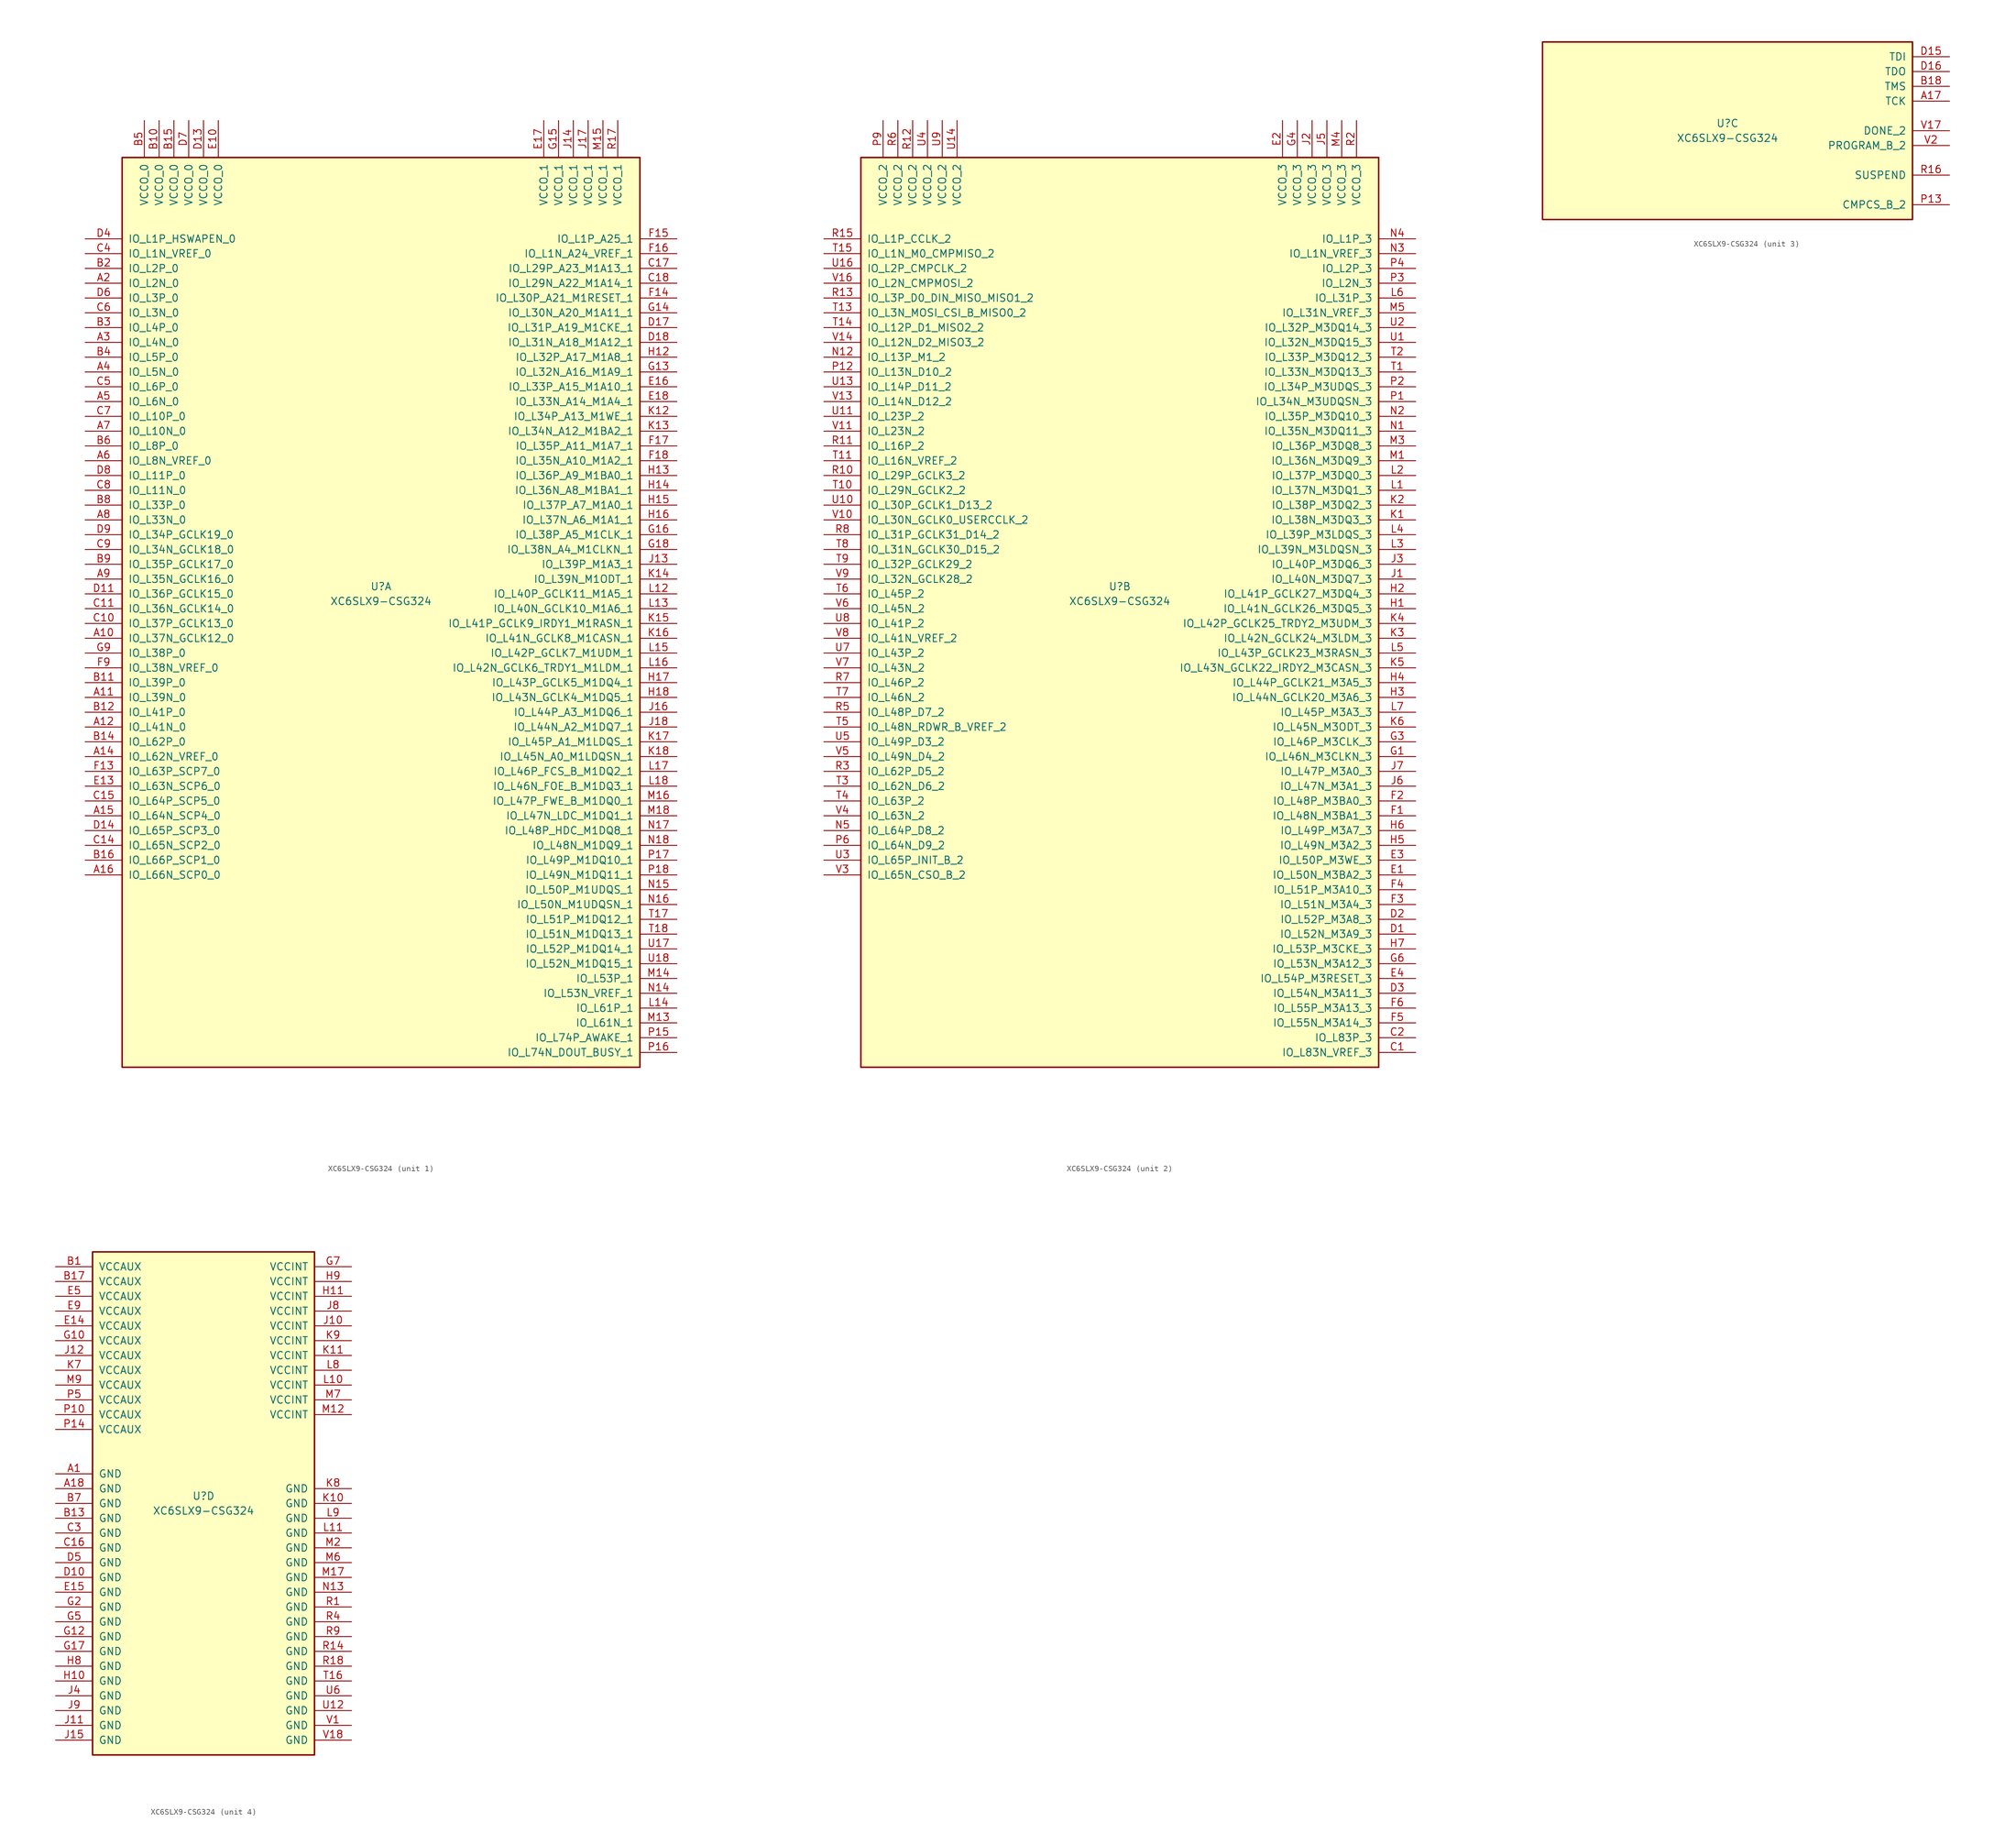
<source format=kicad_sym>
(kicad_symbol_lib
  (version 20211014)
  (generator kicad_symbol_editor)
  (symbol "XC6SLX9-CSG324"
    (pin_names
      (offset 1.016))
    (property "Reference" "U"
      (at 0 1.27 0)
      (effects (font (size 1.27 1.27))))
    (property "Value" "XC6SLX9-CSG324"
      (at 0 -1.27 0)
      (effects (font (size 1.27 1.27))))
    (property "Datasheet" ""
      (at 0 0 0)
      (effects (font (size 1.27 1.27))))
    (property "ki_locked" ""
      (at 0 0 0)
      (effects (font (size 1.27 1.27))))
    (symbol "XC6SLX9-CSG324_1_1"
      (rectangle (start -44.45 74.93) (end 44.45 -81.28) (stroke (width 0.254) (type default) (color 0 0 0 0)) (fill (type background)))
      (pin bidirectional line (at -50.8 -7.62 0) (length 6.35) (name "IO_L37N_GCLK12_0" (effects (font (size 1.27 1.27)))) (number "A10" (effects (font (size 1.27 1.27)))))
      (pin bidirectional line (at -50.8 -17.78 0) (length 6.35) (name "IO_L39N_0" (effects (font (size 1.27 1.27)))) (number "A11" (effects (font (size 1.27 1.27)))))
      (pin bidirectional line (at -50.8 -22.86 0) (length 6.35) (name "IO_L41N_0" (effects (font (size 1.27 1.27)))) (number "A12" (effects (font (size 1.27 1.27)))))
      (pin bidirectional line (at -50.8 -27.94 0) (length 6.35) (name "IO_L62N_VREF_0" (effects (font (size 1.27 1.27)))) (number "A14" (effects (font (size 1.27 1.27)))))
      (pin bidirectional line (at -50.8 -38.1 0) (length 6.35) (name "IO_L64N_SCP4_0" (effects (font (size 1.27 1.27)))) (number "A15" (effects (font (size 1.27 1.27)))))
      (pin bidirectional line (at -50.8 -48.26 0) (length 6.35) (name "IO_L66N_SCP0_0" (effects (font (size 1.27 1.27)))) (number "A16" (effects (font (size 1.27 1.27)))))
      (pin bidirectional line (at -50.8 53.34 0) (length 6.35) (name "IO_L2N_0" (effects (font (size 1.27 1.27)))) (number "A2" (effects (font (size 1.27 1.27)))))
      (pin bidirectional line (at -50.8 43.18 0) (length 6.35) (name "IO_L4N_0" (effects (font (size 1.27 1.27)))) (number "A3" (effects (font (size 1.27 1.27)))))
      (pin bidirectional line (at -50.8 38.1 0) (length 6.35) (name "IO_L5N_0" (effects (font (size 1.27 1.27)))) (number "A4" (effects (font (size 1.27 1.27)))))
      (pin bidirectional line (at -50.8 33.02 0) (length 6.35) (name "IO_L6N_0" (effects (font (size 1.27 1.27)))) (number "A5" (effects (font (size 1.27 1.27)))))
      (pin bidirectional line (at -50.8 22.86 0) (length 6.35) (name "IO_L8N_VREF_0" (effects (font (size 1.27 1.27)))) (number "A6" (effects (font (size 1.27 1.27)))))
      (pin bidirectional line (at -50.8 27.94 0) (length 6.35) (name "IO_L10N_0" (effects (font (size 1.27 1.27)))) (number "A7" (effects (font (size 1.27 1.27)))))
      (pin bidirectional line (at -50.8 12.7 0) (length 6.35) (name "IO_L33N_0" (effects (font (size 1.27 1.27)))) (number "A8" (effects (font (size 1.27 1.27)))))
      (pin bidirectional line (at -50.8 2.54 0) (length 6.35) (name "IO_L35N_GCLK16_0" (effects (font (size 1.27 1.27)))) (number "A9" (effects (font (size 1.27 1.27)))))
      (pin power_in line (at -38.1 81.28 270) (length 6.35) (name "VCCO_0" (effects (font (size 1.27 1.27)))) (number "B10" (effects (font (size 1.27 1.27)))))
      (pin bidirectional line (at -50.8 -15.24 0) (length 6.35) (name "IO_L39P_0" (effects (font (size 1.27 1.27)))) (number "B11" (effects (font (size 1.27 1.27)))))
      (pin bidirectional line (at -50.8 -20.32 0) (length 6.35) (name "IO_L41P_0" (effects (font (size 1.27 1.27)))) (number "B12" (effects (font (size 1.27 1.27)))))
      (pin bidirectional line (at -50.8 -25.4 0) (length 6.35) (name "IO_L62P_0" (effects (font (size 1.27 1.27)))) (number "B14" (effects (font (size 1.27 1.27)))))
      (pin power_in line (at -35.56 81.28 270) (length 6.35) (name "VCCO_0" (effects (font (size 1.27 1.27)))) (number "B15" (effects (font (size 1.27 1.27)))))
      (pin bidirectional line (at -50.8 -45.72 0) (length 6.35) (name "IO_L66P_SCP1_0" (effects (font (size 1.27 1.27)))) (number "B16" (effects (font (size 1.27 1.27)))))
      (pin bidirectional line (at -50.8 55.88 0) (length 6.35) (name "IO_L2P_0" (effects (font (size 1.27 1.27)))) (number "B2" (effects (font (size 1.27 1.27)))))
      (pin bidirectional line (at -50.8 45.72 0) (length 6.35) (name "IO_L4P_0" (effects (font (size 1.27 1.27)))) (number "B3" (effects (font (size 1.27 1.27)))))
      (pin bidirectional line (at -50.8 40.64 0) (length 6.35) (name "IO_L5P_0" (effects (font (size 1.27 1.27)))) (number "B4" (effects (font (size 1.27 1.27)))))
      (pin power_in line (at -40.64 81.28 270) (length 6.35) (name "VCCO_0" (effects (font (size 1.27 1.27)))) (number "B5" (effects (font (size 1.27 1.27)))))
      (pin bidirectional line (at -50.8 25.4 0) (length 6.35) (name "IO_L8P_0" (effects (font (size 1.27 1.27)))) (number "B6" (effects (font (size 1.27 1.27)))))
      (pin bidirectional line (at -50.8 15.24 0) (length 6.35) (name "IO_L33P_0" (effects (font (size 1.27 1.27)))) (number "B8" (effects (font (size 1.27 1.27)))))
      (pin bidirectional line (at -50.8 5.08 0) (length 6.35) (name "IO_L35P_GCLK17_0" (effects (font (size 1.27 1.27)))) (number "B9" (effects (font (size 1.27 1.27)))))
      (pin bidirectional line (at -50.8 -5.08 0) (length 6.35) (name "IO_L37P_GCLK13_0" (effects (font (size 1.27 1.27)))) (number "C10" (effects (font (size 1.27 1.27)))))
      (pin bidirectional line (at -50.8 -2.54 0) (length 6.35) (name "IO_L36N_GCLK14_0" (effects (font (size 1.27 1.27)))) (number "C11" (effects (font (size 1.27 1.27)))))
      (pin bidirectional line (at -50.8 -43.18 0) (length 6.35) (name "IO_L65N_SCP2_0" (effects (font (size 1.27 1.27)))) (number "C14" (effects (font (size 1.27 1.27)))))
      (pin bidirectional line (at -50.8 -35.56 0) (length 6.35) (name "IO_L64P_SCP5_0" (effects (font (size 1.27 1.27)))) (number "C15" (effects (font (size 1.27 1.27)))))
      (pin bidirectional line (at 50.8 55.88 180) (length 6.35) (name "IO_L29P_A23_M1A13_1" (effects (font (size 1.27 1.27)))) (number "C17" (effects (font (size 1.27 1.27)))))
      (pin bidirectional line (at 50.8 53.34 180) (length 6.35) (name "IO_L29N_A22_M1A14_1" (effects (font (size 1.27 1.27)))) (number "C18" (effects (font (size 1.27 1.27)))))
      (pin bidirectional line (at -50.8 58.42 0) (length 6.35) (name "IO_L1N_VREF_0" (effects (font (size 1.27 1.27)))) (number "C4" (effects (font (size 1.27 1.27)))))
      (pin bidirectional line (at -50.8 35.56 0) (length 6.35) (name "IO_L6P_0" (effects (font (size 1.27 1.27)))) (number "C5" (effects (font (size 1.27 1.27)))))
      (pin bidirectional line (at -50.8 48.26 0) (length 6.35) (name "IO_L3N_0" (effects (font (size 1.27 1.27)))) (number "C6" (effects (font (size 1.27 1.27)))))
      (pin bidirectional line (at -50.8 30.48 0) (length 6.35) (name "IO_L10P_0" (effects (font (size 1.27 1.27)))) (number "C7" (effects (font (size 1.27 1.27)))))
      (pin bidirectional line (at -50.8 17.78 0) (length 6.35) (name "IO_L11N_0" (effects (font (size 1.27 1.27)))) (number "C8" (effects (font (size 1.27 1.27)))))
      (pin bidirectional line (at -50.8 7.62 0) (length 6.35) (name "IO_L34N_GCLK18_0" (effects (font (size 1.27 1.27)))) (number "C9" (effects (font (size 1.27 1.27)))))
      (pin bidirectional line (at -50.8 0 0) (length 6.35) (name "IO_L36P_GCLK15_0" (effects (font (size 1.27 1.27)))) (number "D11" (effects (font (size 1.27 1.27)))))
      (pin power_in line (at -30.48 81.28 270) (length 6.35) (name "VCCO_0" (effects (font (size 1.27 1.27)))) (number "D13" (effects (font (size 1.27 1.27)))))
      (pin bidirectional line (at -50.8 -40.64 0) (length 6.35) (name "IO_L65P_SCP3_0" (effects (font (size 1.27 1.27)))) (number "D14" (effects (font (size 1.27 1.27)))))
      (pin bidirectional line (at 50.8 45.72 180) (length 6.35) (name "IO_L31P_A19_M1CKE_1" (effects (font (size 1.27 1.27)))) (number "D17" (effects (font (size 1.27 1.27)))))
      (pin bidirectional line (at 50.8 43.18 180) (length 6.35) (name "IO_L31N_A18_M1A12_1" (effects (font (size 1.27 1.27)))) (number "D18" (effects (font (size 1.27 1.27)))))
      (pin bidirectional line (at -50.8 60.96 0) (length 6.35) (name "IO_L1P_HSWAPEN_0" (effects (font (size 1.27 1.27)))) (number "D4" (effects (font (size 1.27 1.27)))))
      (pin bidirectional line (at -50.8 50.8 0) (length 6.35) (name "IO_L3P_0" (effects (font (size 1.27 1.27)))) (number "D6" (effects (font (size 1.27 1.27)))))
      (pin power_in line (at -33.02 81.28 270) (length 6.35) (name "VCCO_0" (effects (font (size 1.27 1.27)))) (number "D7" (effects (font (size 1.27 1.27)))))
      (pin bidirectional line (at -50.8 20.32 0) (length 6.35) (name "IO_L11P_0" (effects (font (size 1.27 1.27)))) (number "D8" (effects (font (size 1.27 1.27)))))
      (pin bidirectional line (at -50.8 10.16 0) (length 6.35) (name "IO_L34P_GCLK19_0" (effects (font (size 1.27 1.27)))) (number "D9" (effects (font (size 1.27 1.27)))))
      (pin power_in line (at -27.94 81.28 270) (length 6.35) (name "VCCO_0" (effects (font (size 1.27 1.27)))) (number "E10" (effects (font (size 1.27 1.27)))))
      (pin bidirectional line (at -50.8 -33.02 0) (length 6.35) (name "IO_L63N_SCP6_0" (effects (font (size 1.27 1.27)))) (number "E13" (effects (font (size 1.27 1.27)))))
      (pin bidirectional line (at 50.8 35.56 180) (length 6.35) (name "IO_L33P_A15_M1A10_1" (effects (font (size 1.27 1.27)))) (number "E16" (effects (font (size 1.27 1.27)))))
      (pin power_in line (at 27.94 81.28 270) (length 6.35) (name "VCCO_1" (effects (font (size 1.27 1.27)))) (number "E17" (effects (font (size 1.27 1.27)))))
      (pin bidirectional line (at 50.8 33.02 180) (length 6.35) (name "IO_L33N_A14_M1A4_1" (effects (font (size 1.27 1.27)))) (number "E18" (effects (font (size 1.27 1.27)))))
      (pin bidirectional line (at -50.8 -30.48 0) (length 6.35) (name "IO_L63P_SCP7_0" (effects (font (size 1.27 1.27)))) (number "F13" (effects (font (size 1.27 1.27)))))
      (pin bidirectional line (at 50.8 50.8 180) (length 6.35) (name "IO_L30P_A21_M1RESET_1" (effects (font (size 1.27 1.27)))) (number "F14" (effects (font (size 1.27 1.27)))))
      (pin bidirectional line (at 50.8 60.96 180) (length 6.35) (name "IO_L1P_A25_1" (effects (font (size 1.27 1.27)))) (number "F15" (effects (font (size 1.27 1.27)))))
      (pin bidirectional line (at 50.8 58.42 180) (length 6.35) (name "IO_L1N_A24_VREF_1" (effects (font (size 1.27 1.27)))) (number "F16" (effects (font (size 1.27 1.27)))))
      (pin bidirectional line (at 50.8 25.4 180) (length 6.35) (name "IO_L35P_A11_M1A7_1" (effects (font (size 1.27 1.27)))) (number "F17" (effects (font (size 1.27 1.27)))))
      (pin bidirectional line (at 50.8 22.86 180) (length 6.35) (name "IO_L35N_A10_M1A2_1" (effects (font (size 1.27 1.27)))) (number "F18" (effects (font (size 1.27 1.27)))))
      (pin bidirectional line (at -50.8 -12.7 0) (length 6.35) (name "IO_L38N_VREF_0" (effects (font (size 1.27 1.27)))) (number "F9" (effects (font (size 1.27 1.27)))))
      (pin bidirectional line (at 50.8 38.1 180) (length 6.35) (name "IO_L32N_A16_M1A9_1" (effects (font (size 1.27 1.27)))) (number "G13" (effects (font (size 1.27 1.27)))))
      (pin bidirectional line (at 50.8 48.26 180) (length 6.35) (name "IO_L30N_A20_M1A11_1" (effects (font (size 1.27 1.27)))) (number "G14" (effects (font (size 1.27 1.27)))))
      (pin power_in line (at 30.48 81.28 270) (length 6.35) (name "VCCO_1" (effects (font (size 1.27 1.27)))) (number "G15" (effects (font (size 1.27 1.27)))))
      (pin bidirectional line (at 50.8 10.16 180) (length 6.35) (name "IO_L38P_A5_M1CLK_1" (effects (font (size 1.27 1.27)))) (number "G16" (effects (font (size 1.27 1.27)))))
      (pin bidirectional line (at 50.8 7.62 180) (length 6.35) (name "IO_L38N_A4_M1CLKN_1" (effects (font (size 1.27 1.27)))) (number "G18" (effects (font (size 1.27 1.27)))))
      (pin bidirectional line (at -50.8 -10.16 0) (length 6.35) (name "IO_L38P_0" (effects (font (size 1.27 1.27)))) (number "G9" (effects (font (size 1.27 1.27)))))
      (pin bidirectional line (at 50.8 40.64 180) (length 6.35) (name "IO_L32P_A17_M1A8_1" (effects (font (size 1.27 1.27)))) (number "H12" (effects (font (size 1.27 1.27)))))
      (pin bidirectional line (at 50.8 20.32 180) (length 6.35) (name "IO_L36P_A9_M1BA0_1" (effects (font (size 1.27 1.27)))) (number "H13" (effects (font (size 1.27 1.27)))))
      (pin bidirectional line (at 50.8 17.78 180) (length 6.35) (name "IO_L36N_A8_M1BA1_1" (effects (font (size 1.27 1.27)))) (number "H14" (effects (font (size 1.27 1.27)))))
      (pin bidirectional line (at 50.8 15.24 180) (length 6.35) (name "IO_L37P_A7_M1A0_1" (effects (font (size 1.27 1.27)))) (number "H15" (effects (font (size 1.27 1.27)))))
      (pin bidirectional line (at 50.8 12.7 180) (length 6.35) (name "IO_L37N_A6_M1A1_1" (effects (font (size 1.27 1.27)))) (number "H16" (effects (font (size 1.27 1.27)))))
      (pin bidirectional line (at 50.8 -15.24 180) (length 6.35) (name "IO_L43P_GCLK5_M1DQ4_1" (effects (font (size 1.27 1.27)))) (number "H17" (effects (font (size 1.27 1.27)))))
      (pin bidirectional line (at 50.8 -17.78 180) (length 6.35) (name "IO_L43N_GCLK4_M1DQ5_1" (effects (font (size 1.27 1.27)))) (number "H18" (effects (font (size 1.27 1.27)))))
      (pin bidirectional line (at 50.8 5.08 180) (length 6.35) (name "IO_L39P_M1A3_1" (effects (font (size 1.27 1.27)))) (number "J13" (effects (font (size 1.27 1.27)))))
      (pin power_in line (at 33.02 81.28 270) (length 6.35) (name "VCCO_1" (effects (font (size 1.27 1.27)))) (number "J14" (effects (font (size 1.27 1.27)))))
      (pin bidirectional line (at 50.8 -20.32 180) (length 6.35) (name "IO_L44P_A3_M1DQ6_1" (effects (font (size 1.27 1.27)))) (number "J16" (effects (font (size 1.27 1.27)))))
      (pin power_in line (at 35.56 81.28 270) (length 6.35) (name "VCCO_1" (effects (font (size 1.27 1.27)))) (number "J17" (effects (font (size 1.27 1.27)))))
      (pin bidirectional line (at 50.8 -22.86 180) (length 6.35) (name "IO_L44N_A2_M1DQ7_1" (effects (font (size 1.27 1.27)))) (number "J18" (effects (font (size 1.27 1.27)))))
      (pin bidirectional line (at 50.8 30.48 180) (length 6.35) (name "IO_L34P_A13_M1WE_1" (effects (font (size 1.27 1.27)))) (number "K12" (effects (font (size 1.27 1.27)))))
      (pin bidirectional line (at 50.8 27.94 180) (length 6.35) (name "IO_L34N_A12_M1BA2_1" (effects (font (size 1.27 1.27)))) (number "K13" (effects (font (size 1.27 1.27)))))
      (pin bidirectional line (at 50.8 2.54 180) (length 6.35) (name "IO_L39N_M1ODT_1" (effects (font (size 1.27 1.27)))) (number "K14" (effects (font (size 1.27 1.27)))))
      (pin bidirectional line (at 50.8 -5.08 180) (length 6.35) (name "IO_L41P_GCLK9_IRDY1_M1RASN_1" (effects (font (size 1.27 1.27)))) (number "K15" (effects (font (size 1.27 1.27)))))
      (pin bidirectional line (at 50.8 -7.62 180) (length 6.35) (name "IO_L41N_GCLK8_M1CASN_1" (effects (font (size 1.27 1.27)))) (number "K16" (effects (font (size 1.27 1.27)))))
      (pin bidirectional line (at 50.8 -25.4 180) (length 6.35) (name "IO_L45P_A1_M1LDQS_1" (effects (font (size 1.27 1.27)))) (number "K17" (effects (font (size 1.27 1.27)))))
      (pin bidirectional line (at 50.8 -27.94 180) (length 6.35) (name "IO_L45N_A0_M1LDQSN_1" (effects (font (size 1.27 1.27)))) (number "K18" (effects (font (size 1.27 1.27)))))
      (pin bidirectional line (at 50.8 0 180) (length 6.35) (name "IO_L40P_GCLK11_M1A5_1" (effects (font (size 1.27 1.27)))) (number "L12" (effects (font (size 1.27 1.27)))))
      (pin bidirectional line (at 50.8 -2.54 180) (length 6.35) (name "IO_L40N_GCLK10_M1A6_1" (effects (font (size 1.27 1.27)))) (number "L13" (effects (font (size 1.27 1.27)))))
      (pin bidirectional line (at 50.8 -71.12 180) (length 6.35) (name "IO_L61P_1" (effects (font (size 1.27 1.27)))) (number "L14" (effects (font (size 1.27 1.27)))))
      (pin bidirectional line (at 50.8 -10.16 180) (length 6.35) (name "IO_L42P_GCLK7_M1UDM_1" (effects (font (size 1.27 1.27)))) (number "L15" (effects (font (size 1.27 1.27)))))
      (pin bidirectional line (at 50.8 -12.7 180) (length 6.35) (name "IO_L42N_GCLK6_TRDY1_M1LDM_1" (effects (font (size 1.27 1.27)))) (number "L16" (effects (font (size 1.27 1.27)))))
      (pin bidirectional line (at 50.8 -30.48 180) (length 6.35) (name "IO_L46P_FCS_B_M1DQ2_1" (effects (font (size 1.27 1.27)))) (number "L17" (effects (font (size 1.27 1.27)))))
      (pin bidirectional line (at 50.8 -33.02 180) (length 6.35) (name "IO_L46N_FOE_B_M1DQ3_1" (effects (font (size 1.27 1.27)))) (number "L18" (effects (font (size 1.27 1.27)))))
      (pin bidirectional line (at 50.8 -73.66 180) (length 6.35) (name "IO_L61N_1" (effects (font (size 1.27 1.27)))) (number "M13" (effects (font (size 1.27 1.27)))))
      (pin bidirectional line (at 50.8 -66.04 180) (length 6.35) (name "IO_L53P_1" (effects (font (size 1.27 1.27)))) (number "M14" (effects (font (size 1.27 1.27)))))
      (pin power_in line (at 38.1 81.28 270) (length 6.35) (name "VCCO_1" (effects (font (size 1.27 1.27)))) (number "M15" (effects (font (size 1.27 1.27)))))
      (pin bidirectional line (at 50.8 -35.56 180) (length 6.35) (name "IO_L47P_FWE_B_M1DQ0_1" (effects (font (size 1.27 1.27)))) (number "M16" (effects (font (size 1.27 1.27)))))
      (pin bidirectional line (at 50.8 -38.1 180) (length 6.35) (name "IO_L47N_LDC_M1DQ1_1" (effects (font (size 1.27 1.27)))) (number "M18" (effects (font (size 1.27 1.27)))))
      (pin bidirectional line (at 50.8 -68.58 180) (length 6.35) (name "IO_L53N_VREF_1" (effects (font (size 1.27 1.27)))) (number "N14" (effects (font (size 1.27 1.27)))))
      (pin bidirectional line (at 50.8 -50.8 180) (length 6.35) (name "IO_L50P_M1UDQS_1" (effects (font (size 1.27 1.27)))) (number "N15" (effects (font (size 1.27 1.27)))))
      (pin bidirectional line (at 50.8 -53.34 180) (length 6.35) (name "IO_L50N_M1UDQSN_1" (effects (font (size 1.27 1.27)))) (number "N16" (effects (font (size 1.27 1.27)))))
      (pin bidirectional line (at 50.8 -40.64 180) (length 6.35) (name "IO_L48P_HDC_M1DQ8_1" (effects (font (size 1.27 1.27)))) (number "N17" (effects (font (size 1.27 1.27)))))
      (pin bidirectional line (at 50.8 -43.18 180) (length 6.35) (name "IO_L48N_M1DQ9_1" (effects (font (size 1.27 1.27)))) (number "N18" (effects (font (size 1.27 1.27)))))
      (pin bidirectional line (at 50.8 -76.2 180) (length 6.35) (name "IO_L74P_AWAKE_1" (effects (font (size 1.27 1.27)))) (number "P15" (effects (font (size 1.27 1.27)))))
      (pin bidirectional line (at 50.8 -78.74 180) (length 6.35) (name "IO_L74N_DOUT_BUSY_1" (effects (font (size 1.27 1.27)))) (number "P16" (effects (font (size 1.27 1.27)))))
      (pin bidirectional line (at 50.8 -45.72 180) (length 6.35) (name "IO_L49P_M1DQ10_1" (effects (font (size 1.27 1.27)))) (number "P17" (effects (font (size 1.27 1.27)))))
      (pin bidirectional line (at 50.8 -48.26 180) (length 6.35) (name "IO_L49N_M1DQ11_1" (effects (font (size 1.27 1.27)))) (number "P18" (effects (font (size 1.27 1.27)))))
      (pin power_in line (at 40.64 81.28 270) (length 6.35) (name "VCCO_1" (effects (font (size 1.27 1.27)))) (number "R17" (effects (font (size 1.27 1.27)))))
      (pin bidirectional line (at 50.8 -55.88 180) (length 6.35) (name "IO_L51P_M1DQ12_1" (effects (font (size 1.27 1.27)))) (number "T17" (effects (font (size 1.27 1.27)))))
      (pin bidirectional line (at 50.8 -58.42 180) (length 6.35) (name "IO_L51N_M1DQ13_1" (effects (font (size 1.27 1.27)))) (number "T18" (effects (font (size 1.27 1.27)))))
      (pin bidirectional line (at 50.8 -60.96 180) (length 6.35) (name "IO_L52P_M1DQ14_1" (effects (font (size 1.27 1.27)))) (number "U17" (effects (font (size 1.27 1.27)))))
      (pin bidirectional line (at 50.8 -63.5 180) (length 6.35) (name "IO_L52N_M1DQ15_1" (effects (font (size 1.27 1.27)))) (number "U18" (effects (font (size 1.27 1.27))))))
    (symbol "XC6SLX9-CSG324_2_1"
      (rectangle (start -44.45 74.93) (end 44.45 -81.28) (stroke (width 0.254) (type default) (color 0 0 0 0)) (fill (type background)))
      (pin bidirectional line (at 50.8 -78.74 180) (length 6.35) (name "IO_L83N_VREF_3" (effects (font (size 1.27 1.27)))) (number "C1" (effects (font (size 1.27 1.27)))))
      (pin bidirectional line (at 50.8 -76.2 180) (length 6.35) (name "IO_L83P_3" (effects (font (size 1.27 1.27)))) (number "C2" (effects (font (size 1.27 1.27)))))
      (pin bidirectional line (at 50.8 -58.42 180) (length 6.35) (name "IO_L52N_M3A9_3" (effects (font (size 1.27 1.27)))) (number "D1" (effects (font (size 1.27 1.27)))))
      (pin bidirectional line (at 50.8 -55.88 180) (length 6.35) (name "IO_L52P_M3A8_3" (effects (font (size 1.27 1.27)))) (number "D2" (effects (font (size 1.27 1.27)))))
      (pin bidirectional line (at 50.8 -68.58 180) (length 6.35) (name "IO_L54N_M3A11_3" (effects (font (size 1.27 1.27)))) (number "D3" (effects (font (size 1.27 1.27)))))
      (pin bidirectional line (at 50.8 -48.26 180) (length 6.35) (name "IO_L50N_M3BA2_3" (effects (font (size 1.27 1.27)))) (number "E1" (effects (font (size 1.27 1.27)))))
      (pin power_in line (at 27.94 81.28 270) (length 6.35) (name "VCCO_3" (effects (font (size 1.27 1.27)))) (number "E2" (effects (font (size 1.27 1.27)))))
      (pin bidirectional line (at 50.8 -45.72 180) (length 6.35) (name "IO_L50P_M3WE_3" (effects (font (size 1.27 1.27)))) (number "E3" (effects (font (size 1.27 1.27)))))
      (pin bidirectional line (at 50.8 -66.04 180) (length 6.35) (name "IO_L54P_M3RESET_3" (effects (font (size 1.27 1.27)))) (number "E4" (effects (font (size 1.27 1.27)))))
      (pin bidirectional line (at 50.8 -38.1 180) (length 6.35) (name "IO_L48N_M3BA1_3" (effects (font (size 1.27 1.27)))) (number "F1" (effects (font (size 1.27 1.27)))))
      (pin bidirectional line (at 50.8 -35.56 180) (length 6.35) (name "IO_L48P_M3BA0_3" (effects (font (size 1.27 1.27)))) (number "F2" (effects (font (size 1.27 1.27)))))
      (pin bidirectional line (at 50.8 -53.34 180) (length 6.35) (name "IO_L51N_M3A4_3" (effects (font (size 1.27 1.27)))) (number "F3" (effects (font (size 1.27 1.27)))))
      (pin bidirectional line (at 50.8 -50.8 180) (length 6.35) (name "IO_L51P_M3A10_3" (effects (font (size 1.27 1.27)))) (number "F4" (effects (font (size 1.27 1.27)))))
      (pin bidirectional line (at 50.8 -73.66 180) (length 6.35) (name "IO_L55N_M3A14_3" (effects (font (size 1.27 1.27)))) (number "F5" (effects (font (size 1.27 1.27)))))
      (pin bidirectional line (at 50.8 -71.12 180) (length 6.35) (name "IO_L55P_M3A13_3" (effects (font (size 1.27 1.27)))) (number "F6" (effects (font (size 1.27 1.27)))))
      (pin bidirectional line (at 50.8 -27.94 180) (length 6.35) (name "IO_L46N_M3CLKN_3" (effects (font (size 1.27 1.27)))) (number "G1" (effects (font (size 1.27 1.27)))))
      (pin bidirectional line (at 50.8 -25.4 180) (length 6.35) (name "IO_L46P_M3CLK_3" (effects (font (size 1.27 1.27)))) (number "G3" (effects (font (size 1.27 1.27)))))
      (pin power_in line (at 30.48 81.28 270) (length 6.35) (name "VCCO_3" (effects (font (size 1.27 1.27)))) (number "G4" (effects (font (size 1.27 1.27)))))
      (pin bidirectional line (at 50.8 -63.5 180) (length 6.35) (name "IO_L53N_M3A12_3" (effects (font (size 1.27 1.27)))) (number "G6" (effects (font (size 1.27 1.27)))))
      (pin bidirectional line (at 50.8 -2.54 180) (length 6.35) (name "IO_L41N_GCLK26_M3DQ5_3" (effects (font (size 1.27 1.27)))) (number "H1" (effects (font (size 1.27 1.27)))))
      (pin bidirectional line (at 50.8 0 180) (length 6.35) (name "IO_L41P_GCLK27_M3DQ4_3" (effects (font (size 1.27 1.27)))) (number "H2" (effects (font (size 1.27 1.27)))))
      (pin bidirectional line (at 50.8 -17.78 180) (length 6.35) (name "IO_L44N_GCLK20_M3A6_3" (effects (font (size 1.27 1.27)))) (number "H3" (effects (font (size 1.27 1.27)))))
      (pin bidirectional line (at 50.8 -15.24 180) (length 6.35) (name "IO_L44P_GCLK21_M3A5_3" (effects (font (size 1.27 1.27)))) (number "H4" (effects (font (size 1.27 1.27)))))
      (pin bidirectional line (at 50.8 -43.18 180) (length 6.35) (name "IO_L49N_M3A2_3" (effects (font (size 1.27 1.27)))) (number "H5" (effects (font (size 1.27 1.27)))))
      (pin bidirectional line (at 50.8 -40.64 180) (length 6.35) (name "IO_L49P_M3A7_3" (effects (font (size 1.27 1.27)))) (number "H6" (effects (font (size 1.27 1.27)))))
      (pin bidirectional line (at 50.8 -60.96 180) (length 6.35) (name "IO_L53P_M3CKE_3" (effects (font (size 1.27 1.27)))) (number "H7" (effects (font (size 1.27 1.27)))))
      (pin bidirectional line (at 50.8 2.54 180) (length 6.35) (name "IO_L40N_M3DQ7_3" (effects (font (size 1.27 1.27)))) (number "J1" (effects (font (size 1.27 1.27)))))
      (pin power_in line (at 33.02 81.28 270) (length 6.35) (name "VCCO_3" (effects (font (size 1.27 1.27)))) (number "J2" (effects (font (size 1.27 1.27)))))
      (pin bidirectional line (at 50.8 5.08 180) (length 6.35) (name "IO_L40P_M3DQ6_3" (effects (font (size 1.27 1.27)))) (number "J3" (effects (font (size 1.27 1.27)))))
      (pin power_in line (at 35.56 81.28 270) (length 6.35) (name "VCCO_3" (effects (font (size 1.27 1.27)))) (number "J5" (effects (font (size 1.27 1.27)))))
      (pin bidirectional line (at 50.8 -33.02 180) (length 6.35) (name "IO_L47N_M3A1_3" (effects (font (size 1.27 1.27)))) (number "J6" (effects (font (size 1.27 1.27)))))
      (pin bidirectional line (at 50.8 -30.48 180) (length 6.35) (name "IO_L47P_M3A0_3" (effects (font (size 1.27 1.27)))) (number "J7" (effects (font (size 1.27 1.27)))))
      (pin bidirectional line (at 50.8 12.7 180) (length 6.35) (name "IO_L38N_M3DQ3_3" (effects (font (size 1.27 1.27)))) (number "K1" (effects (font (size 1.27 1.27)))))
      (pin bidirectional line (at 50.8 15.24 180) (length 6.35) (name "IO_L38P_M3DQ2_3" (effects (font (size 1.27 1.27)))) (number "K2" (effects (font (size 1.27 1.27)))))
      (pin bidirectional line (at 50.8 -7.62 180) (length 6.35) (name "IO_L42N_GCLK24_M3LDM_3" (effects (font (size 1.27 1.27)))) (number "K3" (effects (font (size 1.27 1.27)))))
      (pin bidirectional line (at 50.8 -5.08 180) (length 6.35) (name "IO_L42P_GCLK25_TRDY2_M3UDM_3" (effects (font (size 1.27 1.27)))) (number "K4" (effects (font (size 1.27 1.27)))))
      (pin bidirectional line (at 50.8 -12.7 180) (length 6.35) (name "IO_L43N_GCLK22_IRDY2_M3CASN_3" (effects (font (size 1.27 1.27)))) (number "K5" (effects (font (size 1.27 1.27)))))
      (pin bidirectional line (at 50.8 -22.86 180) (length 6.35) (name "IO_L45N_M3ODT_3" (effects (font (size 1.27 1.27)))) (number "K6" (effects (font (size 1.27 1.27)))))
      (pin bidirectional line (at 50.8 17.78 180) (length 6.35) (name "IO_L37N_M3DQ1_3" (effects (font (size 1.27 1.27)))) (number "L1" (effects (font (size 1.27 1.27)))))
      (pin bidirectional line (at 50.8 20.32 180) (length 6.35) (name "IO_L37P_M3DQ0_3" (effects (font (size 1.27 1.27)))) (number "L2" (effects (font (size 1.27 1.27)))))
      (pin bidirectional line (at 50.8 7.62 180) (length 6.35) (name "IO_L39N_M3LDQSN_3" (effects (font (size 1.27 1.27)))) (number "L3" (effects (font (size 1.27 1.27)))))
      (pin bidirectional line (at 50.8 10.16 180) (length 6.35) (name "IO_L39P_M3LDQS_3" (effects (font (size 1.27 1.27)))) (number "L4" (effects (font (size 1.27 1.27)))))
      (pin bidirectional line (at 50.8 -10.16 180) (length 6.35) (name "IO_L43P_GCLK23_M3RASN_3" (effects (font (size 1.27 1.27)))) (number "L5" (effects (font (size 1.27 1.27)))))
      (pin bidirectional line (at 50.8 50.8 180) (length 6.35) (name "IO_L31P_3" (effects (font (size 1.27 1.27)))) (number "L6" (effects (font (size 1.27 1.27)))))
      (pin bidirectional line (at 50.8 -20.32 180) (length 6.35) (name "IO_L45P_M3A3_3" (effects (font (size 1.27 1.27)))) (number "L7" (effects (font (size 1.27 1.27)))))
      (pin bidirectional line (at 50.8 22.86 180) (length 6.35) (name "IO_L36N_M3DQ9_3" (effects (font (size 1.27 1.27)))) (number "M1" (effects (font (size 1.27 1.27)))))
      (pin bidirectional line (at 50.8 25.4 180) (length 6.35) (name "IO_L36P_M3DQ8_3" (effects (font (size 1.27 1.27)))) (number "M3" (effects (font (size 1.27 1.27)))))
      (pin power_in line (at 38.1 81.28 270) (length 6.35) (name "VCCO_3" (effects (font (size 1.27 1.27)))) (number "M4" (effects (font (size 1.27 1.27)))))
      (pin bidirectional line (at 50.8 48.26 180) (length 6.35) (name "IO_L31N_VREF_3" (effects (font (size 1.27 1.27)))) (number "M5" (effects (font (size 1.27 1.27)))))
      (pin bidirectional line (at 50.8 27.94 180) (length 6.35) (name "IO_L35N_M3DQ11_3" (effects (font (size 1.27 1.27)))) (number "N1" (effects (font (size 1.27 1.27)))))
      (pin bidirectional line (at -50.8 40.64 0) (length 6.35) (name "IO_L13P_M1_2" (effects (font (size 1.27 1.27)))) (number "N12" (effects (font (size 1.27 1.27)))))
      (pin bidirectional line (at 50.8 30.48 180) (length 6.35) (name "IO_L35P_M3DQ10_3" (effects (font (size 1.27 1.27)))) (number "N2" (effects (font (size 1.27 1.27)))))
      (pin bidirectional line (at 50.8 58.42 180) (length 6.35) (name "IO_L1N_VREF_3" (effects (font (size 1.27 1.27)))) (number "N3" (effects (font (size 1.27 1.27)))))
      (pin bidirectional line (at 50.8 60.96 180) (length 6.35) (name "IO_L1P_3" (effects (font (size 1.27 1.27)))) (number "N4" (effects (font (size 1.27 1.27)))))
      (pin bidirectional line (at -50.8 -40.64 0) (length 6.35) (name "IO_L64P_D8_2" (effects (font (size 1.27 1.27)))) (number "N5" (effects (font (size 1.27 1.27)))))
      (pin bidirectional line (at 50.8 33.02 180) (length 6.35) (name "IO_L34N_M3UDQSN_3" (effects (font (size 1.27 1.27)))) (number "P1" (effects (font (size 1.27 1.27)))))
      (pin bidirectional line (at -50.8 38.1 0) (length 6.35) (name "IO_L13N_D10_2" (effects (font (size 1.27 1.27)))) (number "P12" (effects (font (size 1.27 1.27)))))
      (pin bidirectional line (at 50.8 35.56 180) (length 6.35) (name "IO_L34P_M3UDQS_3" (effects (font (size 1.27 1.27)))) (number "P2" (effects (font (size 1.27 1.27)))))
      (pin bidirectional line (at 50.8 53.34 180) (length 6.35) (name "IO_L2N_3" (effects (font (size 1.27 1.27)))) (number "P3" (effects (font (size 1.27 1.27)))))
      (pin bidirectional line (at 50.8 55.88 180) (length 6.35) (name "IO_L2P_3" (effects (font (size 1.27 1.27)))) (number "P4" (effects (font (size 1.27 1.27)))))
      (pin bidirectional line (at -50.8 -43.18 0) (length 6.35) (name "IO_L64N_D9_2" (effects (font (size 1.27 1.27)))) (number "P6" (effects (font (size 1.27 1.27)))))
      (pin power_in line (at -40.64 81.28 270) (length 6.35) (name "VCCO_2" (effects (font (size 1.27 1.27)))) (number "P9" (effects (font (size 1.27 1.27)))))
      (pin bidirectional line (at -50.8 20.32 0) (length 6.35) (name "IO_L29P_GCLK3_2" (effects (font (size 1.27 1.27)))) (number "R10" (effects (font (size 1.27 1.27)))))
      (pin bidirectional line (at -50.8 25.4 0) (length 6.35) (name "IO_L16P_2" (effects (font (size 1.27 1.27)))) (number "R11" (effects (font (size 1.27 1.27)))))
      (pin power_in line (at -35.56 81.28 270) (length 6.35) (name "VCCO_2" (effects (font (size 1.27 1.27)))) (number "R12" (effects (font (size 1.27 1.27)))))
      (pin bidirectional line (at -50.8 50.8 0) (length 6.35) (name "IO_L3P_D0_DIN_MISO_MISO1_2" (effects (font (size 1.27 1.27)))) (number "R13" (effects (font (size 1.27 1.27)))))
      (pin bidirectional line (at -50.8 60.96 0) (length 6.35) (name "IO_L1P_CCLK_2" (effects (font (size 1.27 1.27)))) (number "R15" (effects (font (size 1.27 1.27)))))
      (pin power_in line (at 40.64 81.28 270) (length 6.35) (name "VCCO_3" (effects (font (size 1.27 1.27)))) (number "R2" (effects (font (size 1.27 1.27)))))
      (pin bidirectional line (at -50.8 -30.48 0) (length 6.35) (name "IO_L62P_D5_2" (effects (font (size 1.27 1.27)))) (number "R3" (effects (font (size 1.27 1.27)))))
      (pin bidirectional line (at -50.8 -20.32 0) (length 6.35) (name "IO_L48P_D7_2" (effects (font (size 1.27 1.27)))) (number "R5" (effects (font (size 1.27 1.27)))))
      (pin power_in line (at -38.1 81.28 270) (length 6.35) (name "VCCO_2" (effects (font (size 1.27 1.27)))) (number "R6" (effects (font (size 1.27 1.27)))))
      (pin bidirectional line (at -50.8 -15.24 0) (length 6.35) (name "IO_L46P_2" (effects (font (size 1.27 1.27)))) (number "R7" (effects (font (size 1.27 1.27)))))
      (pin bidirectional line (at -50.8 10.16 0) (length 6.35) (name "IO_L31P_GCLK31_D14_2" (effects (font (size 1.27 1.27)))) (number "R8" (effects (font (size 1.27 1.27)))))
      (pin bidirectional line (at 50.8 38.1 180) (length 6.35) (name "IO_L33N_M3DQ13_3" (effects (font (size 1.27 1.27)))) (number "T1" (effects (font (size 1.27 1.27)))))
      (pin bidirectional line (at -50.8 17.78 0) (length 6.35) (name "IO_L29N_GCLK2_2" (effects (font (size 1.27 1.27)))) (number "T10" (effects (font (size 1.27 1.27)))))
      (pin bidirectional line (at -50.8 22.86 0) (length 6.35) (name "IO_L16N_VREF_2" (effects (font (size 1.27 1.27)))) (number "T11" (effects (font (size 1.27 1.27)))))
      (pin bidirectional line (at -50.8 48.26 0) (length 6.35) (name "IO_L3N_MOSI_CSI_B_MISO0_2" (effects (font (size 1.27 1.27)))) (number "T13" (effects (font (size 1.27 1.27)))))
      (pin bidirectional line (at -50.8 45.72 0) (length 6.35) (name "IO_L12P_D1_MISO2_2" (effects (font (size 1.27 1.27)))) (number "T14" (effects (font (size 1.27 1.27)))))
      (pin bidirectional line (at -50.8 58.42 0) (length 6.35) (name "IO_L1N_M0_CMPMISO_2" (effects (font (size 1.27 1.27)))) (number "T15" (effects (font (size 1.27 1.27)))))
      (pin bidirectional line (at 50.8 40.64 180) (length 6.35) (name "IO_L33P_M3DQ12_3" (effects (font (size 1.27 1.27)))) (number "T2" (effects (font (size 1.27 1.27)))))
      (pin bidirectional line (at -50.8 -33.02 0) (length 6.35) (name "IO_L62N_D6_2" (effects (font (size 1.27 1.27)))) (number "T3" (effects (font (size 1.27 1.27)))))
      (pin bidirectional line (at -50.8 -35.56 0) (length 6.35) (name "IO_L63P_2" (effects (font (size 1.27 1.27)))) (number "T4" (effects (font (size 1.27 1.27)))))
      (pin bidirectional line (at -50.8 -22.86 0) (length 6.35) (name "IO_L48N_RDWR_B_VREF_2" (effects (font (size 1.27 1.27)))) (number "T5" (effects (font (size 1.27 1.27)))))
      (pin bidirectional line (at -50.8 0 0) (length 6.35) (name "IO_L45P_2" (effects (font (size 1.27 1.27)))) (number "T6" (effects (font (size 1.27 1.27)))))
      (pin bidirectional line (at -50.8 -17.78 0) (length 6.35) (name "IO_L46N_2" (effects (font (size 1.27 1.27)))) (number "T7" (effects (font (size 1.27 1.27)))))
      (pin bidirectional line (at -50.8 7.62 0) (length 6.35) (name "IO_L31N_GCLK30_D15_2" (effects (font (size 1.27 1.27)))) (number "T8" (effects (font (size 1.27 1.27)))))
      (pin bidirectional line (at -50.8 5.08 0) (length 6.35) (name "IO_L32P_GCLK29_2" (effects (font (size 1.27 1.27)))) (number "T9" (effects (font (size 1.27 1.27)))))
      (pin bidirectional line (at 50.8 43.18 180) (length 6.35) (name "IO_L32N_M3DQ15_3" (effects (font (size 1.27 1.27)))) (number "U1" (effects (font (size 1.27 1.27)))))
      (pin bidirectional line (at -50.8 15.24 0) (length 6.35) (name "IO_L30P_GCLK1_D13_2" (effects (font (size 1.27 1.27)))) (number "U10" (effects (font (size 1.27 1.27)))))
      (pin bidirectional line (at -50.8 30.48 0) (length 6.35) (name "IO_L23P_2" (effects (font (size 1.27 1.27)))) (number "U11" (effects (font (size 1.27 1.27)))))
      (pin bidirectional line (at -50.8 35.56 0) (length 6.35) (name "IO_L14P_D11_2" (effects (font (size 1.27 1.27)))) (number "U13" (effects (font (size 1.27 1.27)))))
      (pin power_in line (at -27.94 81.28 270) (length 6.35) (name "VCCO_2" (effects (font (size 1.27 1.27)))) (number "U14" (effects (font (size 1.27 1.27)))))
      (pin bidirectional line (at -50.8 55.88 0) (length 6.35) (name "IO_L2P_CMPCLK_2" (effects (font (size 1.27 1.27)))) (number "U16" (effects (font (size 1.27 1.27)))))
      (pin bidirectional line (at 50.8 45.72 180) (length 6.35) (name "IO_L32P_M3DQ14_3" (effects (font (size 1.27 1.27)))) (number "U2" (effects (font (size 1.27 1.27)))))
      (pin bidirectional line (at -50.8 -45.72 0) (length 6.35) (name "IO_L65P_INIT_B_2" (effects (font (size 1.27 1.27)))) (number "U3" (effects (font (size 1.27 1.27)))))
      (pin power_in line (at -33.02 81.28 270) (length 6.35) (name "VCCO_2" (effects (font (size 1.27 1.27)))) (number "U4" (effects (font (size 1.27 1.27)))))
      (pin bidirectional line (at -50.8 -25.4 0) (length 6.35) (name "IO_L49P_D3_2" (effects (font (size 1.27 1.27)))) (number "U5" (effects (font (size 1.27 1.27)))))
      (pin bidirectional line (at -50.8 -10.16 0) (length 6.35) (name "IO_L43P_2" (effects (font (size 1.27 1.27)))) (number "U7" (effects (font (size 1.27 1.27)))))
      (pin bidirectional line (at -50.8 -5.08 0) (length 6.35) (name "IO_L41P_2" (effects (font (size 1.27 1.27)))) (number "U8" (effects (font (size 1.27 1.27)))))
      (pin power_in line (at -30.48 81.28 270) (length 6.35) (name "VCCO_2" (effects (font (size 1.27 1.27)))) (number "U9" (effects (font (size 1.27 1.27)))))
      (pin bidirectional line (at -50.8 12.7 0) (length 6.35) (name "IO_L30N_GCLK0_USERCCLK_2" (effects (font (size 1.27 1.27)))) (number "V10" (effects (font (size 1.27 1.27)))))
      (pin bidirectional line (at -50.8 27.94 0) (length 6.35) (name "IO_L23N_2" (effects (font (size 1.27 1.27)))) (number "V11" (effects (font (size 1.27 1.27)))))
      (pin bidirectional line (at -50.8 33.02 0) (length 6.35) (name "IO_L14N_D12_2" (effects (font (size 1.27 1.27)))) (number "V13" (effects (font (size 1.27 1.27)))))
      (pin bidirectional line (at -50.8 43.18 0) (length 6.35) (name "IO_L12N_D2_MISO3_2" (effects (font (size 1.27 1.27)))) (number "V14" (effects (font (size 1.27 1.27)))))
      (pin bidirectional line (at -50.8 53.34 0) (length 6.35) (name "IO_L2N_CMPMOSI_2" (effects (font (size 1.27 1.27)))) (number "V16" (effects (font (size 1.27 1.27)))))
      (pin bidirectional line (at -50.8 -48.26 0) (length 6.35) (name "IO_L65N_CSO_B_2" (effects (font (size 1.27 1.27)))) (number "V3" (effects (font (size 1.27 1.27)))))
      (pin bidirectional line (at -50.8 -38.1 0) (length 6.35) (name "IO_L63N_2" (effects (font (size 1.27 1.27)))) (number "V4" (effects (font (size 1.27 1.27)))))
      (pin bidirectional line (at -50.8 -27.94 0) (length 6.35) (name "IO_L49N_D4_2" (effects (font (size 1.27 1.27)))) (number "V5" (effects (font (size 1.27 1.27)))))
      (pin bidirectional line (at -50.8 -2.54 0) (length 6.35) (name "IO_L45N_2" (effects (font (size 1.27 1.27)))) (number "V6" (effects (font (size 1.27 1.27)))))
      (pin bidirectional line (at -50.8 -12.7 0) (length 6.35) (name "IO_L43N_2" (effects (font (size 1.27 1.27)))) (number "V7" (effects (font (size 1.27 1.27)))))
      (pin bidirectional line (at -50.8 -7.62 0) (length 6.35) (name "IO_L41N_VREF_2" (effects (font (size 1.27 1.27)))) (number "V8" (effects (font (size 1.27 1.27)))))
      (pin bidirectional line (at -50.8 2.54 0) (length 6.35) (name "IO_L32N_GCLK28_2" (effects (font (size 1.27 1.27)))) (number "V9" (effects (font (size 1.27 1.27))))))
    (symbol "XC6SLX9-CSG324_3_1"
      (rectangle (start -31.75 15.24) (end 31.75 -15.24) (stroke (width 0.254) (type default) (color 0 0 0 0)) (fill (type background)))
      (pin bidirectional line (at 38.1 5.08 180) (length 6.35) (name "TCK" (effects (font (size 1.27 1.27)))) (number "A17" (effects (font (size 1.27 1.27)))))
      (pin bidirectional line (at 38.1 7.62 180) (length 6.35) (name "TMS" (effects (font (size 1.27 1.27)))) (number "B18" (effects (font (size 1.27 1.27)))))
      (pin bidirectional line (at 38.1 12.7 180) (length 6.35) (name "TDI" (effects (font (size 1.27 1.27)))) (number "D15" (effects (font (size 1.27 1.27)))))
      (pin bidirectional line (at 38.1 10.16 180) (length 6.35) (name "TDO" (effects (font (size 1.27 1.27)))) (number "D16" (effects (font (size 1.27 1.27)))))
      (pin bidirectional line (at 38.1 -12.7 180) (length 6.35) (name "CMPCS_B_2" (effects (font (size 1.27 1.27)))) (number "P13" (effects (font (size 1.27 1.27)))))
      (pin bidirectional line (at 38.1 -7.62 180) (length 6.35) (name "SUSPEND" (effects (font (size 1.27 1.27)))) (number "R16" (effects (font (size 1.27 1.27)))))
      (pin bidirectional line (at 38.1 0 180) (length 6.35) (name "DONE_2" (effects (font (size 1.27 1.27)))) (number "V17" (effects (font (size 1.27 1.27)))))
      (pin bidirectional line (at 38.1 -2.54 180) (length 6.35) (name "PROGRAM_B_2" (effects (font (size 1.27 1.27)))) (number "V2" (effects (font (size 1.27 1.27))))))
    (symbol "XC6SLX9-CSG324_4_1"
      (rectangle (start -19.05 43.18) (end 19.05 -43.18) (stroke (width 0.254) (type default) (color 0 0 0 0)) (fill (type background)))
      (pin power_in line (at -25.4 5.08 0) (length 6.35) (name "GND" (effects (font (size 1.27 1.27)))) (number "A1" (effects (font (size 1.27 1.27)))))
      (pin power_in line (at -25.4 2.54 0) (length 6.35) (name "GND" (effects (font (size 1.27 1.27)))) (number "A18" (effects (font (size 1.27 1.27)))))
      (pin power_in line (at -25.4 40.64 0) (length 6.35) (name "VCCAUX" (effects (font (size 1.27 1.27)))) (number "B1" (effects (font (size 1.27 1.27)))))
      (pin power_in line (at -25.4 -2.54 0) (length 6.35) (name "GND" (effects (font (size 1.27 1.27)))) (number "B13" (effects (font (size 1.27 1.27)))))
      (pin power_in line (at -25.4 38.1 0) (length 6.35) (name "VCCAUX" (effects (font (size 1.27 1.27)))) (number "B17" (effects (font (size 1.27 1.27)))))
      (pin power_in line (at -25.4 0 0) (length 6.35) (name "GND" (effects (font (size 1.27 1.27)))) (number "B7" (effects (font (size 1.27 1.27)))))
      (pin power_in line (at -25.4 -7.62 0) (length 6.35) (name "GND" (effects (font (size 1.27 1.27)))) (number "C16" (effects (font (size 1.27 1.27)))))
      (pin power_in line (at -25.4 -5.08 0) (length 6.35) (name "GND" (effects (font (size 1.27 1.27)))) (number "C3" (effects (font (size 1.27 1.27)))))
      (pin power_in line (at -25.4 -12.7 0) (length 6.35) (name "GND" (effects (font (size 1.27 1.27)))) (number "D10" (effects (font (size 1.27 1.27)))))
      (pin power_in line (at -25.4 -10.16 0) (length 6.35) (name "GND" (effects (font (size 1.27 1.27)))) (number "D5" (effects (font (size 1.27 1.27)))))
      (pin power_in line (at -25.4 30.48 0) (length 6.35) (name "VCCAUX" (effects (font (size 1.27 1.27)))) (number "E14" (effects (font (size 1.27 1.27)))))
      (pin power_in line (at -25.4 -15.24 0) (length 6.35) (name "GND" (effects (font (size 1.27 1.27)))) (number "E15" (effects (font (size 1.27 1.27)))))
      (pin power_in line (at -25.4 35.56 0) (length 6.35) (name "VCCAUX" (effects (font (size 1.27 1.27)))) (number "E5" (effects (font (size 1.27 1.27)))))
      (pin power_in line (at -25.4 33.02 0) (length 6.35) (name "VCCAUX" (effects (font (size 1.27 1.27)))) (number "E9" (effects (font (size 1.27 1.27)))))
      (pin power_in line (at -25.4 27.94 0) (length 6.35) (name "VCCAUX" (effects (font (size 1.27 1.27)))) (number "G10" (effects (font (size 1.27 1.27)))))
      (pin power_in line (at -25.4 -22.86 0) (length 6.35) (name "GND" (effects (font (size 1.27 1.27)))) (number "G12" (effects (font (size 1.27 1.27)))))
      (pin power_in line (at -25.4 -25.4 0) (length 6.35) (name "GND" (effects (font (size 1.27 1.27)))) (number "G17" (effects (font (size 1.27 1.27)))))
      (pin power_in line (at -25.4 -17.78 0) (length 6.35) (name "GND" (effects (font (size 1.27 1.27)))) (number "G2" (effects (font (size 1.27 1.27)))))
      (pin power_in line (at -25.4 -20.32 0) (length 6.35) (name "GND" (effects (font (size 1.27 1.27)))) (number "G5" (effects (font (size 1.27 1.27)))))
      (pin power_in line (at 25.4 40.64 180) (length 6.35) (name "VCCINT" (effects (font (size 1.27 1.27)))) (number "G7" (effects (font (size 1.27 1.27)))))
      (pin power_in line (at -25.4 -30.48 0) (length 6.35) (name "GND" (effects (font (size 1.27 1.27)))) (number "H10" (effects (font (size 1.27 1.27)))))
      (pin power_in line (at 25.4 35.56 180) (length 6.35) (name "VCCINT" (effects (font (size 1.27 1.27)))) (number "H11" (effects (font (size 1.27 1.27)))))
      (pin power_in line (at -25.4 -27.94 0) (length 6.35) (name "GND" (effects (font (size 1.27 1.27)))) (number "H8" (effects (font (size 1.27 1.27)))))
      (pin power_in line (at 25.4 38.1 180) (length 6.35) (name "VCCINT" (effects (font (size 1.27 1.27)))) (number "H9" (effects (font (size 1.27 1.27)))))
      (pin power_in line (at 25.4 30.48 180) (length 6.35) (name "VCCINT" (effects (font (size 1.27 1.27)))) (number "J10" (effects (font (size 1.27 1.27)))))
      (pin power_in line (at -25.4 -38.1 0) (length 6.35) (name "GND" (effects (font (size 1.27 1.27)))) (number "J11" (effects (font (size 1.27 1.27)))))
      (pin power_in line (at -25.4 25.4 0) (length 6.35) (name "VCCAUX" (effects (font (size 1.27 1.27)))) (number "J12" (effects (font (size 1.27 1.27)))))
      (pin power_in line (at -25.4 -40.64 0) (length 6.35) (name "GND" (effects (font (size 1.27 1.27)))) (number "J15" (effects (font (size 1.27 1.27)))))
      (pin power_in line (at -25.4 -33.02 0) (length 6.35) (name "GND" (effects (font (size 1.27 1.27)))) (number "J4" (effects (font (size 1.27 1.27)))))
      (pin power_in line (at 25.4 33.02 180) (length 6.35) (name "VCCINT" (effects (font (size 1.27 1.27)))) (number "J8" (effects (font (size 1.27 1.27)))))
      (pin power_in line (at -25.4 -35.56 0) (length 6.35) (name "GND" (effects (font (size 1.27 1.27)))) (number "J9" (effects (font (size 1.27 1.27)))))
      (pin power_in line (at 25.4 0 180) (length 6.35) (name "GND" (effects (font (size 1.27 1.27)))) (number "K10" (effects (font (size 1.27 1.27)))))
      (pin power_in line (at 25.4 25.4 180) (length 6.35) (name "VCCINT" (effects (font (size 1.27 1.27)))) (number "K11" (effects (font (size 1.27 1.27)))))
      (pin power_in line (at -25.4 22.86 0) (length 6.35) (name "VCCAUX" (effects (font (size 1.27 1.27)))) (number "K7" (effects (font (size 1.27 1.27)))))
      (pin power_in line (at 25.4 2.54 180) (length 6.35) (name "GND" (effects (font (size 1.27 1.27)))) (number "K8" (effects (font (size 1.27 1.27)))))
      (pin power_in line (at 25.4 27.94 180) (length 6.35) (name "VCCINT" (effects (font (size 1.27 1.27)))) (number "K9" (effects (font (size 1.27 1.27)))))
      (pin power_in line (at 25.4 20.32 180) (length 6.35) (name "VCCINT" (effects (font (size 1.27 1.27)))) (number "L10" (effects (font (size 1.27 1.27)))))
      (pin power_in line (at 25.4 -5.08 180) (length 6.35) (name "GND" (effects (font (size 1.27 1.27)))) (number "L11" (effects (font (size 1.27 1.27)))))
      (pin power_in line (at 25.4 22.86 180) (length 6.35) (name "VCCINT" (effects (font (size 1.27 1.27)))) (number "L8" (effects (font (size 1.27 1.27)))))
      (pin power_in line (at 25.4 -2.54 180) (length 6.35) (name "GND" (effects (font (size 1.27 1.27)))) (number "L9" (effects (font (size 1.27 1.27)))))
      (pin power_in line (at 25.4 15.24 180) (length 6.35) (name "VCCINT" (effects (font (size 1.27 1.27)))) (number "M12" (effects (font (size 1.27 1.27)))))
      (pin power_in line (at 25.4 -12.7 180) (length 6.35) (name "GND" (effects (font (size 1.27 1.27)))) (number "M17" (effects (font (size 1.27 1.27)))))
      (pin power_in line (at 25.4 -7.62 180) (length 6.35) (name "GND" (effects (font (size 1.27 1.27)))) (number "M2" (effects (font (size 1.27 1.27)))))
      (pin power_in line (at 25.4 -10.16 180) (length 6.35) (name "GND" (effects (font (size 1.27 1.27)))) (number "M6" (effects (font (size 1.27 1.27)))))
      (pin power_in line (at 25.4 17.78 180) (length 6.35) (name "VCCINT" (effects (font (size 1.27 1.27)))) (number "M7" (effects (font (size 1.27 1.27)))))
      (pin power_in line (at -25.4 20.32 0) (length 6.35) (name "VCCAUX" (effects (font (size 1.27 1.27)))) (number "M9" (effects (font (size 1.27 1.27)))))
      (pin power_in line (at 25.4 -15.24 180) (length 6.35) (name "GND" (effects (font (size 1.27 1.27)))) (number "N13" (effects (font (size 1.27 1.27)))))
      (pin power_in line (at -25.4 15.24 0) (length 6.35) (name "VCCAUX" (effects (font (size 1.27 1.27)))) (number "P10" (effects (font (size 1.27 1.27)))))
      (pin power_in line (at -25.4 12.7 0) (length 6.35) (name "VCCAUX" (effects (font (size 1.27 1.27)))) (number "P14" (effects (font (size 1.27 1.27)))))
      (pin power_in line (at -25.4 17.78 0) (length 6.35) (name "VCCAUX" (effects (font (size 1.27 1.27)))) (number "P5" (effects (font (size 1.27 1.27)))))
      (pin power_in line (at 25.4 -17.78 180) (length 6.35) (name "GND" (effects (font (size 1.27 1.27)))) (number "R1" (effects (font (size 1.27 1.27)))))
      (pin power_in line (at 25.4 -25.4 180) (length 6.35) (name "GND" (effects (font (size 1.27 1.27)))) (number "R14" (effects (font (size 1.27 1.27)))))
      (pin power_in line (at 25.4 -27.94 180) (length 6.35) (name "GND" (effects (font (size 1.27 1.27)))) (number "R18" (effects (font (size 1.27 1.27)))))
      (pin power_in line (at 25.4 -20.32 180) (length 6.35) (name "GND" (effects (font (size 1.27 1.27)))) (number "R4" (effects (font (size 1.27 1.27)))))
      (pin power_in line (at 25.4 -22.86 180) (length 6.35) (name "GND" (effects (font (size 1.27 1.27)))) (number "R9" (effects (font (size 1.27 1.27)))))
      (pin power_in line (at 25.4 -30.48 180) (length 6.35) (name "GND" (effects (font (size 1.27 1.27)))) (number "T16" (effects (font (size 1.27 1.27)))))
      (pin power_in line (at 25.4 -35.56 180) (length 6.35) (name "GND" (effects (font (size 1.27 1.27)))) (number "U12" (effects (font (size 1.27 1.27)))))
      (pin power_in line (at 25.4 -33.02 180) (length 6.35) (name "GND" (effects (font (size 1.27 1.27)))) (number "U6" (effects (font (size 1.27 1.27)))))
      (pin power_in line (at 25.4 -38.1 180) (length 6.35) (name "GND" (effects (font (size 1.27 1.27)))) (number "V1" (effects (font (size 1.27 1.27)))))
      (pin power_in line (at 25.4 -40.64 180) (length 6.35) (name "GND" (effects (font (size 1.27 1.27)))) (number "V18" (effects (font (size 1.27 1.27))))))))
</source>
